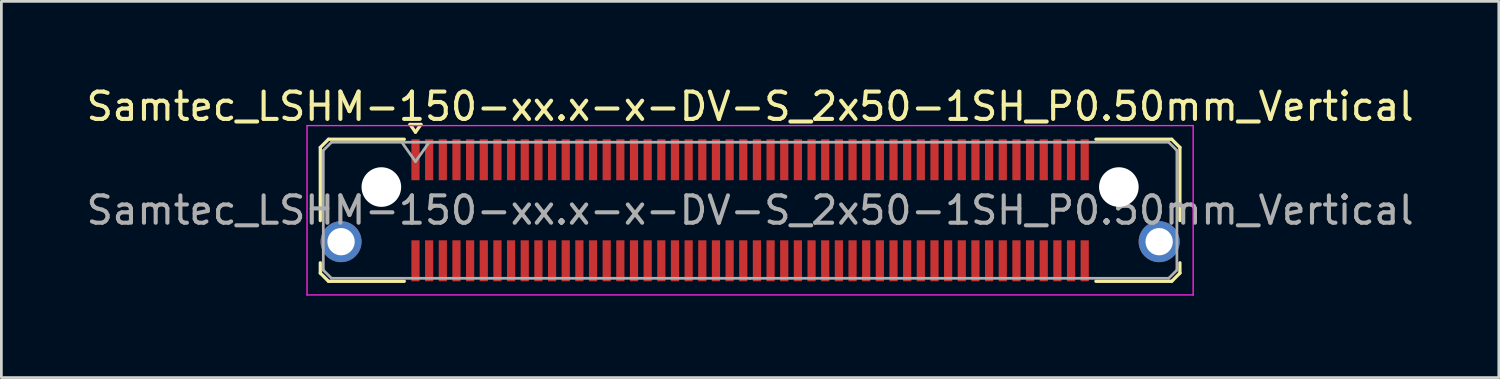
<source format=kicad_pcb>
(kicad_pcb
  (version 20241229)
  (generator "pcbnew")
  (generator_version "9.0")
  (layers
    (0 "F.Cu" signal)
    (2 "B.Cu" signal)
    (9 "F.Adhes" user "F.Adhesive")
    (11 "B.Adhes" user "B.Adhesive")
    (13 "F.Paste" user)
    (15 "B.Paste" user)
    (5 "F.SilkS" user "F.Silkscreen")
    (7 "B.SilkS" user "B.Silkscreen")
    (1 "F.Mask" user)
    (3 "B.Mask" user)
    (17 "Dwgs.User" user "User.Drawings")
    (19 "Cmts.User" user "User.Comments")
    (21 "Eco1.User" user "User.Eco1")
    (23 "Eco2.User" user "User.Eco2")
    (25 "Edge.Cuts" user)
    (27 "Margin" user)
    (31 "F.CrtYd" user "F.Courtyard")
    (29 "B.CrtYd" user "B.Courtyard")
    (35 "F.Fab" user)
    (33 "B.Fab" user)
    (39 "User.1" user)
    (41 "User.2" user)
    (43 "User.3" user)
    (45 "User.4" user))
  (footprint "Samtec_LSHM-150-xx.x-x-DV-S_2x50-1SH_P0.50mm_Vertical"
    (layer "F.Cu")
    (at 24.411 4.648)
    (property "Reference" "Samtec_LSHM-150-xx.x-x-DV-S_2x50-1SH_P0.50mm_Vertical" (at 0 -3.8 0) (layer "F.SilkS") (effects (font (size 1 1) (thickness 0.15))))
    (attr smd)
    (fp_line (start -15.735 -2.3) (end -15.735 0.377) (stroke (width 0.12) (type solid)) (layer "F.SilkS"))
    (fp_line (start -15.735 1.923) (end -15.735 2.3) (stroke (width 0.12) (type solid)) (layer "F.SilkS"))
    (fp_line (start -15.735 2.3) (end -15.435 2.6) (stroke (width 0.12) (type solid)) (layer "F.SilkS"))
    (fp_line (start -15.435 -2.6) (end -15.735 -2.3) (stroke (width 0.12) (type solid)) (layer "F.SilkS"))
    (fp_line (start -15.435 2.6) (end -12.66 2.6) (stroke (width 0.12) (type solid)) (layer "F.SilkS"))
    (fp_line (start -12.66 -2.6) (end -15.435 -2.6) (stroke (width 0.12) (type solid)) (layer "F.SilkS"))
    (fp_line (start -12.45 -3.143) (end -12.05 -3.143) (stroke (width 0.12) (type solid)) (layer "F.SilkS"))
    (fp_line (start -12.25 -2.86) (end -12.45 -3.143) (stroke (width 0.12) (type solid)) (layer "F.SilkS"))
    (fp_line (start -12.05 -3.143) (end -12.25 -2.86) (stroke (width 0.12) (type solid)) (layer "F.SilkS"))
    (fp_line (start 12.66 -2.6) (end 15.435 -2.6) (stroke (width 0.12) (type solid)) (layer "F.SilkS"))
    (fp_line (start 15.435 -2.6) (end 15.735 -2.3) (stroke (width 0.12) (type solid)) (layer "F.SilkS"))
    (fp_line (start 15.435 2.6) (end 12.66 2.6) (stroke (width 0.12) (type solid)) (layer "F.SilkS"))
    (fp_line (start 15.735 -2.3) (end 15.735 0.377) (stroke (width 0.12) (type solid)) (layer "F.SilkS"))
    (fp_line (start 15.735 1.923) (end 15.735 2.3) (stroke (width 0.12) (type solid)) (layer "F.SilkS"))
    (fp_line (start 15.735 2.3) (end 15.435 2.6) (stroke (width 0.12) (type solid)) (layer "F.SilkS"))
    (fp_line (start -16.22 -3.1) (end -16.22 3.1) (stroke (width 0.05) (type solid)) (layer "F.CrtYd"))
    (fp_line (start -16.22 3.1) (end 16.22 3.1) (stroke (width 0.05) (type solid)) (layer "F.CrtYd"))
    (fp_line (start 16.22 -3.1) (end -16.22 -3.1) (stroke (width 0.05) (type solid)) (layer "F.CrtYd"))
    (fp_line (start 16.22 3.1) (end 16.22 -3.1) (stroke (width 0.05) (type solid)) (layer "F.CrtYd"))
    (fp_line (start -15.625 -2.19) (end -15.625 2.19) (stroke (width 0.1) (type solid)) (layer "F.Fab"))
    (fp_line (start -15.625 2.19) (end -15.325 2.49) (stroke (width 0.1) (type solid)) (layer "F.Fab"))
    (fp_line (start -15.325 -2.49) (end -15.625 -2.19) (stroke (width 0.1) (type solid)) (layer "F.Fab"))
    (fp_line (start -15.325 2.49) (end 0 2.49) (stroke (width 0.1) (type solid)) (layer "F.Fab"))
    (fp_line (start -12.75 -2.49) (end -12.25 -1.783) (stroke (width 0.1) (type solid)) (layer "F.Fab"))
    (fp_line (start -12.25 -1.783) (end -11.75 -2.49) (stroke (width 0.1) (type solid)) (layer "F.Fab"))
    (fp_line (start 0 -2.49) (end -15.325 -2.49) (stroke (width 0.1) (type solid)) (layer "F.Fab"))
    (fp_line (start 0 -2.49) (end 15.325 -2.49) (stroke (width 0.1) (type solid)) (layer "F.Fab"))
    (fp_line (start 15.325 -2.49) (end 15.625 -2.19) (stroke (width 0.1) (type solid)) (layer "F.Fab"))
    (fp_line (start 15.325 2.49) (end 0 2.49) (stroke (width 0.1) (type solid)) (layer "F.Fab"))
    (fp_line (start 15.625 -2.19) (end 15.625 2.19) (stroke (width 0.1) (type solid)) (layer "F.Fab"))
    (fp_line (start 15.625 2.19) (end 15.325 2.49) (stroke (width 0.1) (type solid)) (layer "F.Fab"))
    (fp_text user "${REFERENCE}" (at 0 0 0) (layer "F.Fab") (effects (font (size 1 1) (thickness 0.15))))
    (pad "" np_thru_hole circle (at -13.5 -0.85) (size 1.45 1.45) (drill 1.45) (layers "*.Cu" "*.Mask"))
    (pad "" np_thru_hole circle (at 13.5 -0.85) (size 1.45 1.45) (drill 1.45) (layers "*.Cu" "*.Mask"))
    (pad "1" smd rect (at -12.25 -1.85) (size 0.3 1.5) (layers "F.Cu" "F.Mask" "F.Paste"))
    (pad "2" smd rect (at -12.25 1.85) (size 0.3 1.5) (layers "F.Cu" "F.Mask" "F.Paste"))
    (pad "3" smd rect (at -11.75 -1.85) (size 0.3 1.5) (layers "F.Cu" "F.Mask" "F.Paste"))
    (pad "4" smd rect (at -11.75 1.85) (size 0.3 1.5) (layers "F.Cu" "F.Mask" "F.Paste"))
    (pad "5" smd rect (at -11.25 -1.85) (size 0.3 1.5) (layers "F.Cu" "F.Mask" "F.Paste"))
    (pad "6" smd rect (at -11.25 1.85) (size 0.3 1.5) (layers "F.Cu" "F.Mask" "F.Paste"))
    (pad "7" smd rect (at -10.75 -1.85) (size 0.3 1.5) (layers "F.Cu" "F.Mask" "F.Paste"))
    (pad "8" smd rect (at -10.75 1.85) (size 0.3 1.5) (layers "F.Cu" "F.Mask" "F.Paste"))
    (pad "9" smd rect (at -10.25 -1.85) (size 0.3 1.5) (layers "F.Cu" "F.Mask" "F.Paste"))
    (pad "10" smd rect (at -10.25 1.85) (size 0.3 1.5) (layers "F.Cu" "F.Mask" "F.Paste"))
    (pad "11" smd rect (at -9.75 -1.85) (size 0.3 1.5) (layers "F.Cu" "F.Mask" "F.Paste"))
    (pad "12" smd rect (at -9.75 1.85) (size 0.3 1.5) (layers "F.Cu" "F.Mask" "F.Paste"))
    (pad "13" smd rect (at -9.25 -1.85) (size 0.3 1.5) (layers "F.Cu" "F.Mask" "F.Paste"))
    (pad "14" smd rect (at -9.25 1.85) (size 0.3 1.5) (layers "F.Cu" "F.Mask" "F.Paste"))
    (pad "15" smd rect (at -8.75 -1.85) (size 0.3 1.5) (layers "F.Cu" "F.Mask" "F.Paste"))
    (pad "16" smd rect (at -8.75 1.85) (size 0.3 1.5) (layers "F.Cu" "F.Mask" "F.Paste"))
    (pad "17" smd rect (at -8.25 -1.85) (size 0.3 1.5) (layers "F.Cu" "F.Mask" "F.Paste"))
    (pad "18" smd rect (at -8.25 1.85) (size 0.3 1.5) (layers "F.Cu" "F.Mask" "F.Paste"))
    (pad "19" smd rect (at -7.75 -1.85) (size 0.3 1.5) (layers "F.Cu" "F.Mask" "F.Paste"))
    (pad "20" smd rect (at -7.75 1.85) (size 0.3 1.5) (layers "F.Cu" "F.Mask" "F.Paste"))
    (pad "21" smd rect (at -7.25 -1.85) (size 0.3 1.5) (layers "F.Cu" "F.Mask" "F.Paste"))
    (pad "22" smd rect (at -7.25 1.85) (size 0.3 1.5) (layers "F.Cu" "F.Mask" "F.Paste"))
    (pad "23" smd rect (at -6.75 -1.85) (size 0.3 1.5) (layers "F.Cu" "F.Mask" "F.Paste"))
    (pad "24" smd rect (at -6.75 1.85) (size 0.3 1.5) (layers "F.Cu" "F.Mask" "F.Paste"))
    (pad "25" smd rect (at -6.25 -1.85) (size 0.3 1.5) (layers "F.Cu" "F.Mask" "F.Paste"))
    (pad "26" smd rect (at -6.25 1.85) (size 0.3 1.5) (layers "F.Cu" "F.Mask" "F.Paste"))
    (pad "27" smd rect (at -5.75 -1.85) (size 0.3 1.5) (layers "F.Cu" "F.Mask" "F.Paste"))
    (pad "28" smd rect (at -5.75 1.85) (size 0.3 1.5) (layers "F.Cu" "F.Mask" "F.Paste"))
    (pad "29" smd rect (at -5.25 -1.85) (size 0.3 1.5) (layers "F.Cu" "F.Mask" "F.Paste"))
    (pad "30" smd rect (at -5.25 1.85) (size 0.3 1.5) (layers "F.Cu" "F.Mask" "F.Paste"))
    (pad "31" smd rect (at -4.75 -1.85) (size 0.3 1.5) (layers "F.Cu" "F.Mask" "F.Paste"))
    (pad "32" smd rect (at -4.75 1.85) (size 0.3 1.5) (layers "F.Cu" "F.Mask" "F.Paste"))
    (pad "33" smd rect (at -4.25 -1.85) (size 0.3 1.5) (layers "F.Cu" "F.Mask" "F.Paste"))
    (pad "34" smd rect (at -4.25 1.85) (size 0.3 1.5) (layers "F.Cu" "F.Mask" "F.Paste"))
    (pad "35" smd rect (at -3.75 -1.85) (size 0.3 1.5) (layers "F.Cu" "F.Mask" "F.Paste"))
    (pad "36" smd rect (at -3.75 1.85) (size 0.3 1.5) (layers "F.Cu" "F.Mask" "F.Paste"))
    (pad "37" smd rect (at -3.25 -1.85) (size 0.3 1.5) (layers "F.Cu" "F.Mask" "F.Paste"))
    (pad "38" smd rect (at -3.25 1.85) (size 0.3 1.5) (layers "F.Cu" "F.Mask" "F.Paste"))
    (pad "39" smd rect (at -2.75 -1.85) (size 0.3 1.5) (layers "F.Cu" "F.Mask" "F.Paste"))
    (pad "40" smd rect (at -2.75 1.85) (size 0.3 1.5) (layers "F.Cu" "F.Mask" "F.Paste"))
    (pad "41" smd rect (at -2.25 -1.85) (size 0.3 1.5) (layers "F.Cu" "F.Mask" "F.Paste"))
    (pad "42" smd rect (at -2.25 1.85) (size 0.3 1.5) (layers "F.Cu" "F.Mask" "F.Paste"))
    (pad "43" smd rect (at -1.75 -1.85) (size 0.3 1.5) (layers "F.Cu" "F.Mask" "F.Paste"))
    (pad "44" smd rect (at -1.75 1.85) (size 0.3 1.5) (layers "F.Cu" "F.Mask" "F.Paste"))
    (pad "45" smd rect (at -1.25 -1.85) (size 0.3 1.5) (layers "F.Cu" "F.Mask" "F.Paste"))
    (pad "46" smd rect (at -1.25 1.85) (size 0.3 1.5) (layers "F.Cu" "F.Mask" "F.Paste"))
    (pad "47" smd rect (at -0.75 -1.85) (size 0.3 1.5) (layers "F.Cu" "F.Mask" "F.Paste"))
    (pad "48" smd rect (at -0.75 1.85) (size 0.3 1.5) (layers "F.Cu" "F.Mask" "F.Paste"))
    (pad "49" smd rect (at -0.25 -1.85) (size 0.3 1.5) (layers "F.Cu" "F.Mask" "F.Paste"))
    (pad "50" smd rect (at -0.25 1.85) (size 0.3 1.5) (layers "F.Cu" "F.Mask" "F.Paste"))
    (pad "51" smd rect (at 0.25 -1.85) (size 0.3 1.5) (layers "F.Cu" "F.Mask" "F.Paste"))
    (pad "52" smd rect (at 0.25 1.85) (size 0.3 1.5) (layers "F.Cu" "F.Mask" "F.Paste"))
    (pad "53" smd rect (at 0.75 -1.85) (size 0.3 1.5) (layers "F.Cu" "F.Mask" "F.Paste"))
    (pad "54" smd rect (at 0.75 1.85) (size 0.3 1.5) (layers "F.Cu" "F.Mask" "F.Paste"))
    (pad "55" smd rect (at 1.25 -1.85) (size 0.3 1.5) (layers "F.Cu" "F.Mask" "F.Paste"))
    (pad "56" smd rect (at 1.25 1.85) (size 0.3 1.5) (layers "F.Cu" "F.Mask" "F.Paste"))
    (pad "57" smd rect (at 1.75 -1.85) (size 0.3 1.5) (layers "F.Cu" "F.Mask" "F.Paste"))
    (pad "58" smd rect (at 1.75 1.85) (size 0.3 1.5) (layers "F.Cu" "F.Mask" "F.Paste"))
    (pad "59" smd rect (at 2.25 -1.85) (size 0.3 1.5) (layers "F.Cu" "F.Mask" "F.Paste"))
    (pad "60" smd rect (at 2.25 1.85) (size 0.3 1.5) (layers "F.Cu" "F.Mask" "F.Paste"))
    (pad "61" smd rect (at 2.75 -1.85) (size 0.3 1.5) (layers "F.Cu" "F.Mask" "F.Paste"))
    (pad "62" smd rect (at 2.75 1.85) (size 0.3 1.5) (layers "F.Cu" "F.Mask" "F.Paste"))
    (pad "63" smd rect (at 3.25 -1.85) (size 0.3 1.5) (layers "F.Cu" "F.Mask" "F.Paste"))
    (pad "64" smd rect (at 3.25 1.85) (size 0.3 1.5) (layers "F.Cu" "F.Mask" "F.Paste"))
    (pad "65" smd rect (at 3.75 -1.85) (size 0.3 1.5) (layers "F.Cu" "F.Mask" "F.Paste"))
    (pad "66" smd rect (at 3.75 1.85) (size 0.3 1.5) (layers "F.Cu" "F.Mask" "F.Paste"))
    (pad "67" smd rect (at 4.25 -1.85) (size 0.3 1.5) (layers "F.Cu" "F.Mask" "F.Paste"))
    (pad "68" smd rect (at 4.25 1.85) (size 0.3 1.5) (layers "F.Cu" "F.Mask" "F.Paste"))
    (pad "69" smd rect (at 4.75 -1.85) (size 0.3 1.5) (layers "F.Cu" "F.Mask" "F.Paste"))
    (pad "70" smd rect (at 4.75 1.85) (size 0.3 1.5) (layers "F.Cu" "F.Mask" "F.Paste"))
    (pad "71" smd rect (at 5.25 -1.85) (size 0.3 1.5) (layers "F.Cu" "F.Mask" "F.Paste"))
    (pad "72" smd rect (at 5.25 1.85) (size 0.3 1.5) (layers "F.Cu" "F.Mask" "F.Paste"))
    (pad "73" smd rect (at 5.75 -1.85) (size 0.3 1.5) (layers "F.Cu" "F.Mask" "F.Paste"))
    (pad "74" smd rect (at 5.75 1.85) (size 0.3 1.5) (layers "F.Cu" "F.Mask" "F.Paste"))
    (pad "75" smd rect (at 6.25 -1.85) (size 0.3 1.5) (layers "F.Cu" "F.Mask" "F.Paste"))
    (pad "76" smd rect (at 6.25 1.85) (size 0.3 1.5) (layers "F.Cu" "F.Mask" "F.Paste"))
    (pad "77" smd rect (at 6.75 -1.85) (size 0.3 1.5) (layers "F.Cu" "F.Mask" "F.Paste"))
    (pad "78" smd rect (at 6.75 1.85) (size 0.3 1.5) (layers "F.Cu" "F.Mask" "F.Paste"))
    (pad "79" smd rect (at 7.25 -1.85) (size 0.3 1.5) (layers "F.Cu" "F.Mask" "F.Paste"))
    (pad "80" smd rect (at 7.25 1.85) (size 0.3 1.5) (layers "F.Cu" "F.Mask" "F.Paste"))
    (pad "81" smd rect (at 7.75 -1.85) (size 0.3 1.5) (layers "F.Cu" "F.Mask" "F.Paste"))
    (pad "82" smd rect (at 7.75 1.85) (size 0.3 1.5) (layers "F.Cu" "F.Mask" "F.Paste"))
    (pad "83" smd rect (at 8.25 -1.85) (size 0.3 1.5) (layers "F.Cu" "F.Mask" "F.Paste"))
    (pad "84" smd rect (at 8.25 1.85) (size 0.3 1.5) (layers "F.Cu" "F.Mask" "F.Paste"))
    (pad "85" smd rect (at 8.75 -1.85) (size 0.3 1.5) (layers "F.Cu" "F.Mask" "F.Paste"))
    (pad "86" smd rect (at 8.75 1.85) (size 0.3 1.5) (layers "F.Cu" "F.Mask" "F.Paste"))
    (pad "87" smd rect (at 9.25 -1.85) (size 0.3 1.5) (layers "F.Cu" "F.Mask" "F.Paste"))
    (pad "88" smd rect (at 9.25 1.85) (size 0.3 1.5) (layers "F.Cu" "F.Mask" "F.Paste"))
    (pad "89" smd rect (at 9.75 -1.85) (size 0.3 1.5) (layers "F.Cu" "F.Mask" "F.Paste"))
    (pad "90" smd rect (at 9.75 1.85) (size 0.3 1.5) (layers "F.Cu" "F.Mask" "F.Paste"))
    (pad "91" smd rect (at 10.25 -1.85) (size 0.3 1.5) (layers "F.Cu" "F.Mask" "F.Paste"))
    (pad "92" smd rect (at 10.25 1.85) (size 0.3 1.5) (layers "F.Cu" "F.Mask" "F.Paste"))
    (pad "93" smd rect (at 10.75 -1.85) (size 0.3 1.5) (layers "F.Cu" "F.Mask" "F.Paste"))
    (pad "94" smd rect (at 10.75 1.85) (size 0.3 1.5) (layers "F.Cu" "F.Mask" "F.Paste"))
    (pad "95" smd rect (at 11.25 -1.85) (size 0.3 1.5) (layers "F.Cu" "F.Mask" "F.Paste"))
    (pad "96" smd rect (at 11.25 1.85) (size 0.3 1.5) (layers "F.Cu" "F.Mask" "F.Paste"))
    (pad "97" smd rect (at 11.75 -1.85) (size 0.3 1.5) (layers "F.Cu" "F.Mask" "F.Paste"))
    (pad "98" smd rect (at 11.75 1.85) (size 0.3 1.5) (layers "F.Cu" "F.Mask" "F.Paste"))
    (pad "99" smd rect (at 12.25 -1.85) (size 0.3 1.5) (layers "F.Cu" "F.Mask" "F.Paste"))
    (pad "100" smd rect (at 12.25 1.85) (size 0.3 1.5) (layers "F.Cu" "F.Mask" "F.Paste"))
    (pad "SH" thru_hole circle (at -14.975 1.15) (size 1.5 1.5) (drill 1) (layers "*.Cu" "*.Mask"))
    (pad "SH" thru_hole circle (at 14.975 1.15) (size 1.5 1.5) (drill 1) (layers "*.Cu" "*.Mask")))
  (gr_rect
    (start -3 -3)
    (end 51.821 10.773)
    (stroke (width 0.1) (type default))
    (fill no)
    (layer "Edge.Cuts")))
</source>
